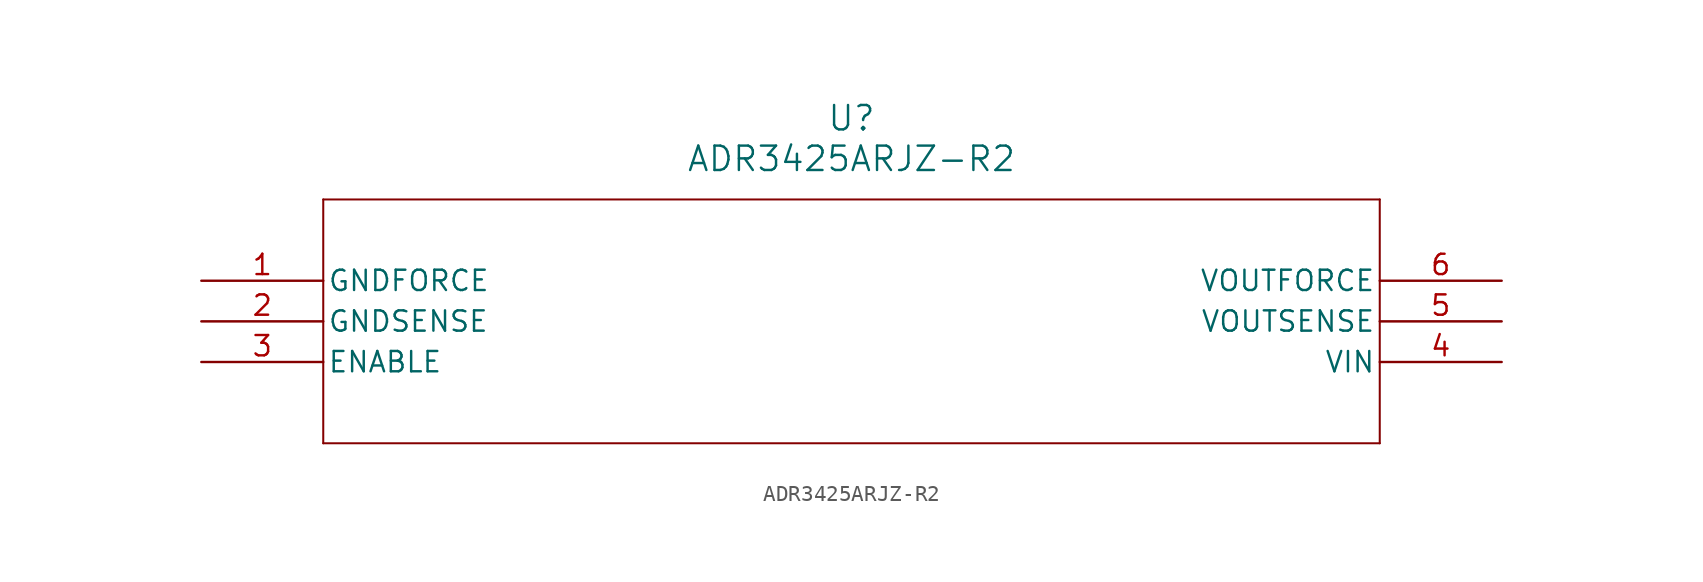
<source format=kicad_sym>
(kicad_symbol_lib
  (version 20211014)
  (generator kicad_symbol_editor)
  (symbol "ADR3425ARJZ-R2"
    (pin_names
      (offset 0.254))
    (property "Reference" "U"
      (at 40.64 10.16 0)
      (effects (font (size 1.524 1.524))))
    (property "Value" "ADR3425ARJZ-R2"
      (at 40.64 7.62 0)
      (effects (font (size 1.524 1.524))))
    (symbol "ADR3425ARJZ-R2_0_1"
      (polyline (pts (xy 7.62 5.08) (xy 7.62 -10.16)) (stroke (width 0.127) (type default) (color 0 0 0 0)) (fill (type none)))
      (polyline (pts (xy 7.62 -10.16) (xy 73.66 -10.16)) (stroke (width 0.127) (type default) (color 0 0 0 0)) (fill (type none)))
      (polyline (pts (xy 73.66 -10.16) (xy 73.66 5.08)) (stroke (width 0.127) (type default) (color 0 0 0 0)) (fill (type none)))
      (polyline (pts (xy 73.66 5.08) (xy 7.62 5.08)) (stroke (width 0.127) (type default) (color 0 0 0 0)) (fill (type none)))
      (pin power_in line (at 0 0 0) (length 7.62) (name "GNDFORCE" (effects (font (size 1.27 1.27)))) (number "1" (effects (font (size 1.27 1.27)))))
      (pin power_in line (at 0 -2.54 0) (length 7.62) (name "GNDSENSE" (effects (font (size 1.27 1.27)))) (number "2" (effects (font (size 1.27 1.27)))))
      (pin unspecified line (at 0 -5.08 0) (length 7.62) (name "ENABLE" (effects (font (size 1.27 1.27)))) (number "3" (effects (font (size 1.27 1.27)))))
      (pin input line (at 81.28 -5.08 180) (length 7.62) (name "VIN" (effects (font (size 1.27 1.27)))) (number "4" (effects (font (size 1.27 1.27)))))
      (pin output line (at 81.28 -2.54 180) (length 7.62) (name "VOUTSENSE" (effects (font (size 1.27 1.27)))) (number "5" (effects (font (size 1.27 1.27)))))
      (pin output line (at 81.28 0 180) (length 7.62) (name "VOUTFORCE" (effects (font (size 1.27 1.27)))) (number "6" (effects (font (size 1.27 1.27))))))))
</source>
